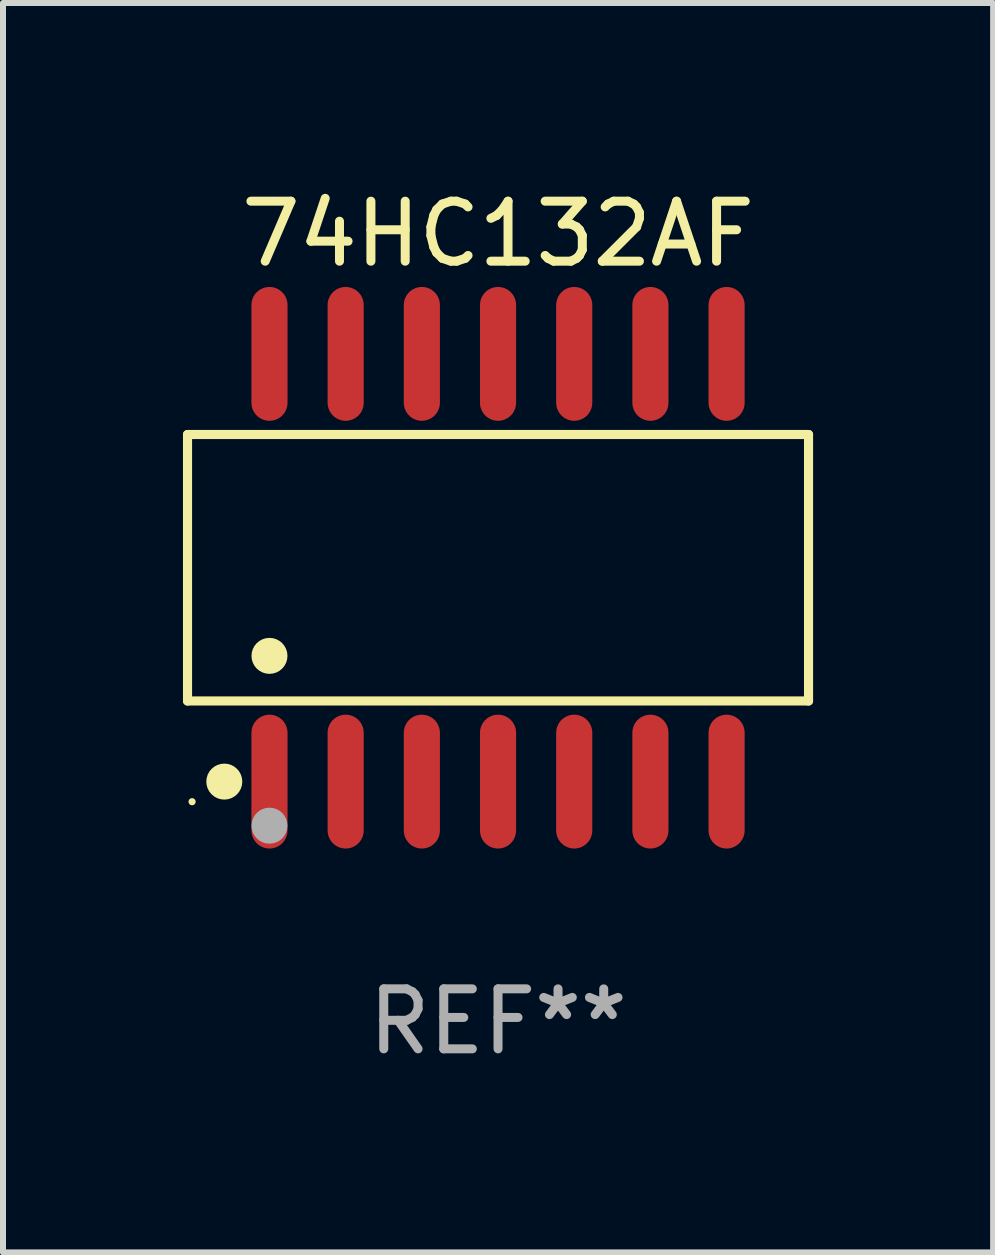
<source format=kicad_pcb>
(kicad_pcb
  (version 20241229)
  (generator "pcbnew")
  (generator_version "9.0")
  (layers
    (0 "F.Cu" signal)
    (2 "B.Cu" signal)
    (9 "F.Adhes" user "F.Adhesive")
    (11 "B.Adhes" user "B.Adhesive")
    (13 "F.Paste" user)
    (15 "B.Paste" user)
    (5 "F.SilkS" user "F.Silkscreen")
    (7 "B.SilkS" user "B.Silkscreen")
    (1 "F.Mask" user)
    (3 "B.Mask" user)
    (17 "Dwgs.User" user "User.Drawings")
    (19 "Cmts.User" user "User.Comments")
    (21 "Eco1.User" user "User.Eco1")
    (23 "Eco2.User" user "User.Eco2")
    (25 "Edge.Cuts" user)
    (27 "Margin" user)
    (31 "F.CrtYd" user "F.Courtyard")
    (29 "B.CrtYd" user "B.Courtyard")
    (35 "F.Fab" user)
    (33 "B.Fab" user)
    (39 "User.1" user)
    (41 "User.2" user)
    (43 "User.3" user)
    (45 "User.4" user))
  (footprint "74HC132AF"
    (layer "F.Cu")
    (at 5.252 6.414)
    (property "Reference" "74HC132AF" (at 0 -5.565 0) (layer "F.SilkS") (effects (font (size 1 1) (thickness 0.15))))
    (attr through_hole)
    (fp_line (start -5.176 -2.221) (end 5.176 -2.221) (stroke (width 0.152) (type solid)) (layer "F.SilkS"))
    (fp_line (start -5.176 2.221) (end -5.176 -2.221) (stroke (width 0.152) (type solid)) (layer "F.SilkS"))
    (fp_line (start 5.176 -2.221) (end 5.176 2.221) (stroke (width 0.152) (type solid)) (layer "F.SilkS"))
    (fp_line (start 5.176 2.221) (end -5.176 2.221) (stroke (width 0.152) (type solid)) (layer "F.SilkS"))
    (fp_circle (center -5.1 3.9) (end -5.07 3.9) (stroke (width 0.06) (type solid)) (fill no) (layer "F.SilkS"))
    (fp_circle (center -4.563 3.565) (end -4.413 3.565) (stroke (width 0.3) (type solid)) (fill no) (layer "F.SilkS"))
    (fp_circle (center -3.81 1.469) (end -3.66 1.469) (stroke (width 0.3) (type solid)) (fill no) (layer "F.SilkS"))
    (fp_circle (center -3.81 4.3) (end -3.66 4.3) (stroke (width 0.3) (type solid)) (fill no) (layer "F.Fab"))
    (fp_text user "REF**" (at 0 7.565 0) (layer "F.Fab") (effects (font (size 1 1) (thickness 0.15))))
    (pad "1" smd oval (at -3.81 3.565) (size 0.602 2.231) (layers "F.Cu" "F.Mask" "F.Paste"))
    (pad "2" smd oval (at -2.54 3.565) (size 0.602 2.231) (layers "F.Cu" "F.Mask" "F.Paste"))
    (pad "3" smd oval (at -1.27 3.565) (size 0.602 2.231) (layers "F.Cu" "F.Mask" "F.Paste"))
    (pad "4" smd oval (at 0 3.565) (size 0.602 2.231) (layers "F.Cu" "F.Mask" "F.Paste"))
    (pad "5" smd oval (at 1.27 3.565) (size 0.602 2.231) (layers "F.Cu" "F.Mask" "F.Paste"))
    (pad "6" smd oval (at 2.54 3.565) (size 0.602 2.231) (layers "F.Cu" "F.Mask" "F.Paste"))
    (pad "7" smd oval (at 3.81 3.565) (size 0.602 2.231) (layers "F.Cu" "F.Mask" "F.Paste"))
    (pad "8" smd oval (at 3.81 -3.565) (size 0.602 2.231) (layers "F.Cu" "F.Mask" "F.Paste"))
    (pad "9" smd oval (at 2.54 -3.565) (size 0.602 2.231) (layers "F.Cu" "F.Mask" "F.Paste"))
    (pad "10" smd oval (at 1.27 -3.565) (size 0.602 2.231) (layers "F.Cu" "F.Mask" "F.Paste"))
    (pad "11" smd oval (at 0 -3.565) (size 0.602 2.231) (layers "F.Cu" "F.Mask" "F.Paste"))
    (pad "12" smd oval (at -1.27 -3.565) (size 0.602 2.231) (layers "F.Cu" "F.Mask" "F.Paste"))
    (pad "13" smd oval (at -2.54 -3.565) (size 0.602 2.231) (layers "F.Cu" "F.Mask" "F.Paste"))
    (pad "14" smd oval (at -3.81 -3.565) (size 0.602 2.231) (layers "F.Cu" "F.Mask" "F.Paste")))
  (gr_rect
    (start -3 -3)
    (end 13.505 17.827)
    (stroke (width 0.1) (type default))
    (fill no)
    (layer "Edge.Cuts")))
</source>
